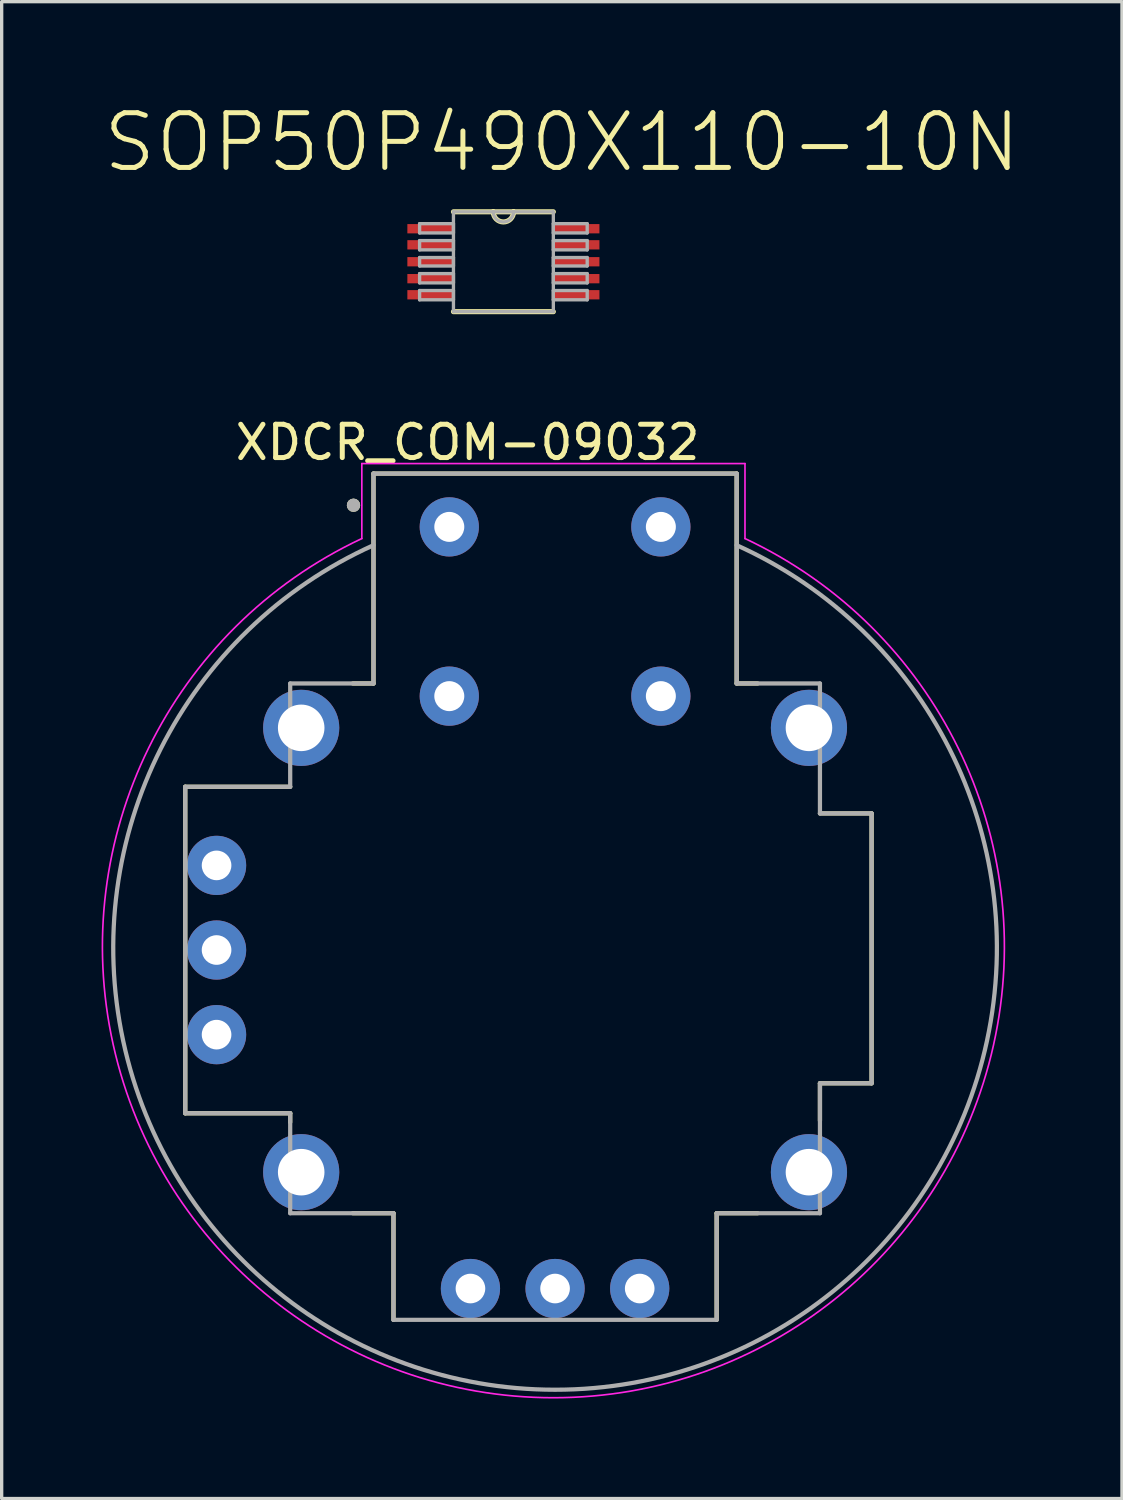
<source format=kicad_pcb>
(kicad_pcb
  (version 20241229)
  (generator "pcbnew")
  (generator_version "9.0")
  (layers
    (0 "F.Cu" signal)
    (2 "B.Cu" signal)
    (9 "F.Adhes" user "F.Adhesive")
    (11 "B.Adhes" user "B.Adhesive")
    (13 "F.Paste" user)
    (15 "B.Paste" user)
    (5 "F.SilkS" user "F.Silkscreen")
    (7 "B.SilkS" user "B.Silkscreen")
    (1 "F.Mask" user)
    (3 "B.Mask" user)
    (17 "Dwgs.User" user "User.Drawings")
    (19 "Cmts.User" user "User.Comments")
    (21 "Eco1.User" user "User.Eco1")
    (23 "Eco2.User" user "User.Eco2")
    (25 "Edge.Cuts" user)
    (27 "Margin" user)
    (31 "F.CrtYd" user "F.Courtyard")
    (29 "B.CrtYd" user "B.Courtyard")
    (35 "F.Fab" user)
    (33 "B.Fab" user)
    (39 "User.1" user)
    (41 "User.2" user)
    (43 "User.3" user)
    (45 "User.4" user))
  (footprint "XDCR_COM-09032"
    (layer "F.Cu")
    (at 13.61 25.464)
    (property "Reference" "XDCR_COM-09032" (at -2.625 -15.235 0) (layer "F.SilkS") (effects (font (size 1 1) (thickness 0.15))))
    (attr through_hole)
    (fp_line (start -11.1 -4.9) (end -7.95 -4.9) (stroke (width 0.127) (type solid)) (layer "F.SilkS"))
    (fp_line (start -11.1 4.9) (end -11.1 -4.9) (stroke (width 0.127) (type solid)) (layer "F.SilkS"))
    (fp_line (start -7.95 4.9) (end -11.1 4.9) (stroke (width 0.127) (type solid)) (layer "F.SilkS"))
    (fp_line (start -7.95 5.17) (end -7.95 4.9) (stroke (width 0.127) (type solid)) (layer "F.SilkS"))
    (fp_line (start -6.07 -8) (end -5.45 -8) (stroke (width 0.127) (type solid)) (layer "F.SilkS"))
    (fp_line (start -5.45 -14.3) (end 5.45 -14.3) (stroke (width 0.127) (type solid)) (layer "F.SilkS"))
    (fp_line (start -5.45 -8) (end -5.45 -14.3) (stroke (width 0.127) (type solid)) (layer "F.SilkS"))
    (fp_line (start -4.85 7.9) (end -6.07 7.9) (stroke (width 0.127) (type solid)) (layer "F.SilkS"))
    (fp_line (start -4.85 11.1) (end -4.85 7.9) (stroke (width 0.127) (type solid)) (layer "F.SilkS"))
    (fp_line (start 4.85 7.9) (end 4.85 11.1) (stroke (width 0.127) (type solid)) (layer "F.SilkS"))
    (fp_line (start 5.45 -14.3) (end 5.45 -8) (stroke (width 0.127) (type solid)) (layer "F.SilkS"))
    (fp_line (start 5.45 -8) (end 6.08 -8) (stroke (width 0.127) (type solid)) (layer "F.SilkS"))
    (fp_line (start 6.08 7.9) (end 4.85 7.9) (stroke (width 0.127) (type solid)) (layer "F.SilkS"))
    (fp_line (start 7.95 -4.1) (end 9.5 -4.1) (stroke (width 0.127) (type solid)) (layer "F.SilkS"))
    (fp_line (start 7.95 4) (end 7.95 5.12) (stroke (width 0.127) (type solid)) (layer "F.SilkS"))
    (fp_line (start 9.5 -4.1) (end 9.5 4) (stroke (width 0.127) (type solid)) (layer "F.SilkS"))
    (fp_line (start 9.5 4) (end 7.95 4) (stroke (width 0.127) (type solid)) (layer "F.SilkS"))
    (fp_circle (center -6.05 -13.35) (end -5.95 -13.35) (stroke (width 0.2) (type solid)) (fill no) (layer "F.SilkS"))
    (fp_line (start -5.8 -14.6) (end 5.7 -14.6) (stroke (width 0.05) (type solid)) (layer "F.CrtYd"))
    (fp_line (start -5.8 -12.35) (end -5.8 -14.6) (stroke (width 0.05) (type solid)) (layer "F.CrtYd"))
    (fp_line (start 5.7 -14.6) (end 5.7 -12.35) (stroke (width 0.05) (type solid)) (layer "F.CrtYd"))
    (fp_arc (start 5.7 -12.35) (mid -0.05 13.437438) (end -5.8 -12.35) (stroke (width 0.05) (type solid)) (layer "F.CrtYd"))
    (fp_line (start -11.1 -4.9) (end -11.1 4.9) (stroke (width 0.127) (type solid)) (layer "F.Fab"))
    (fp_line (start -7.95 -4.9) (end -11.1 -4.9) (stroke (width 0.127) (type solid)) (layer "F.Fab"))
    (fp_line (start -7.95 -4.9) (end -7.95 -8) (stroke (width 0.127) (type solid)) (layer "F.Fab"))
    (fp_line (start -7.95 4.9) (end -11.1 4.9) (stroke (width 0.127) (type solid)) (layer "F.Fab"))
    (fp_line (start -7.95 4.9) (end -7.95 7.9) (stroke (width 0.127) (type solid)) (layer "F.Fab"))
    (fp_line (start -5.45 -14.3) (end -5.45 -8) (stroke (width 0.127) (type solid)) (layer "F.Fab"))
    (fp_line (start -5.45 -8) (end -7.95 -8) (stroke (width 0.127) (type solid)) (layer "F.Fab"))
    (fp_line (start -4.85 7.9) (end -7.95 7.9) (stroke (width 0.127) (type solid)) (layer "F.Fab"))
    (fp_line (start -4.85 11.1) (end -4.85 7.9) (stroke (width 0.127) (type solid)) (layer "F.Fab"))
    (fp_line (start 4.85 7.9) (end 7.95 7.9) (stroke (width 0.127) (type solid)) (layer "F.Fab"))
    (fp_line (start 4.85 11.1) (end -4.85 11.1) (stroke (width 0.127) (type solid)) (layer "F.Fab"))
    (fp_line (start 4.85 11.1) (end 4.85 7.9) (stroke (width 0.127) (type solid)) (layer "F.Fab"))
    (fp_line (start 5.45 -14.3) (end -5.45 -14.3) (stroke (width 0.127) (type solid)) (layer "F.Fab"))
    (fp_line (start 5.45 -14.3) (end 5.45 -8) (stroke (width 0.127) (type solid)) (layer "F.Fab"))
    (fp_line (start 7.95 -8) (end 5.45 -8) (stroke (width 0.127) (type solid)) (layer "F.Fab"))
    (fp_line (start 7.95 -4.1) (end 7.95 -8) (stroke (width 0.127) (type solid)) (layer "F.Fab"))
    (fp_line (start 7.95 -4.1) (end 9.5 -4.1) (stroke (width 0.127) (type solid)) (layer "F.Fab"))
    (fp_line (start 7.95 4) (end 7.95 7.9) (stroke (width 0.127) (type solid)) (layer "F.Fab"))
    (fp_line (start 7.95 4) (end 9.5 4) (stroke (width 0.127) (type solid)) (layer "F.Fab"))
    (fp_line (start 9.5 -4.1) (end 9.5 4) (stroke (width 0.127) (type solid)) (layer "F.Fab"))
    (fp_arc (start 5.45 -12.15) (mid 0 13.197504) (end -5.45 -12.15) (stroke (width 0.127) (type solid)) (layer "F.Fab"))
    (fp_circle (center -6.05 -13.35) (end -5.95 -13.35) (stroke (width 0.2) (type solid)) (fill no) (layer "F.Fab"))
    (pad "1" thru_hole circle (at -10.16 -2.54) (size 1.778 1.778) (drill 0.889) (layers "*.Cu" "*.Mask"))
    (pad "2" thru_hole circle (at -10.16 0) (size 1.778 1.778) (drill 0.889) (layers "*.Cu" "*.Mask"))
    (pad "3" thru_hole circle (at -10.16 2.54) (size 1.778 1.778) (drill 0.889) (layers "*.Cu" "*.Mask"))
    (pad "4" thru_hole circle (at -2.54 10.16) (size 1.778 1.778) (drill 0.889) (layers "*.Cu" "*.Mask"))
    (pad "5" thru_hole circle (at 0 10.16) (size 1.778 1.778) (drill 0.889) (layers "*.Cu" "*.Mask"))
    (pad "6" thru_hole circle (at 2.54 10.16) (size 1.778 1.778) (drill 0.889) (layers "*.Cu" "*.Mask"))
    (pad "7" thru_hole circle (at -3.175 -12.7) (size 1.778 1.778) (drill 0.9) (layers "*.Cu" "*.Mask"))
    (pad "7" thru_hole circle (at 3.175 -12.7) (size 1.778 1.778) (drill 0.9) (layers "*.Cu" "*.Mask"))
    (pad "8" thru_hole circle (at -3.175 -7.62) (size 1.778 1.778) (drill 0.9) (layers "*.Cu" "*.Mask"))
    (pad "8" thru_hole circle (at 3.175 -7.62) (size 1.778 1.778) (drill 0.9) (layers "*.Cu" "*.Mask"))
    (pad "9" thru_hole circle (at -7.62 -6.668) (size 2.286 2.286) (drill 1.397) (layers "*.Cu" "*.Mask"))
    (pad "9" thru_hole circle (at -7.62 6.668) (size 2.286 2.286) (drill 1.397) (layers "*.Cu" "*.Mask"))
    (pad "9" thru_hole circle (at 7.62 -6.668) (size 2.286 2.286) (drill 1.397) (layers "*.Cu" "*.Mask"))
    (pad "9" thru_hole circle (at 7.62 6.668) (size 2.286 2.286) (drill 1.397) (layers "*.Cu" "*.Mask")))
  (footprint "SOP50P490X110-10N"
    (layer "F.Cu")
    (at 12.059 4.806)
    (property "Reference" "SOP50P490X110-10N" (at 1.754 -3.583 0) (layer "F.SilkS") (effects (font (size 1.641 1.641) (thickness 0.15))))
    (attr through_hole)
    (fp_line (start -1.499 1.499) (end 1.499 1.499) (stroke (width 0.152) (type solid)) (layer "F.SilkS"))
    (fp_line (start -0.305 -1.499) (end -1.499 -1.499) (stroke (width 0.152) (type solid)) (layer "F.SilkS"))
    (fp_line (start 0.305 -1.499) (end -0.305 -1.499) (stroke (width 0.152) (type solid)) (layer "F.SilkS"))
    (fp_line (start 1.499 -1.499) (end 0.305 -1.499) (stroke (width 0.152) (type solid)) (layer "F.SilkS"))
    (fp_arc (start 0.3048 -1.4986) (mid 0 -1.1938) (end -0.3048 -1.4986) (stroke (width 0.1524) (type solid)) (layer "F.SilkS"))
    (fp_line (start -2.515 -1.143) (end -2.515 -0.864) (stroke (width 0.1) (type solid)) (layer "F.Fab"))
    (fp_line (start -2.515 -0.864) (end -1.499 -0.864) (stroke (width 0.1) (type solid)) (layer "F.Fab"))
    (fp_line (start -2.515 -0.635) (end -2.515 -0.356) (stroke (width 0.1) (type solid)) (layer "F.Fab"))
    (fp_line (start -2.515 -0.356) (end -1.499 -0.356) (stroke (width 0.1) (type solid)) (layer "F.Fab"))
    (fp_line (start -2.515 -0.127) (end -2.515 0.127) (stroke (width 0.1) (type solid)) (layer "F.Fab"))
    (fp_line (start -2.515 0.127) (end -1.499 0.127) (stroke (width 0.1) (type solid)) (layer "F.Fab"))
    (fp_line (start -2.515 0.356) (end -2.515 0.635) (stroke (width 0.1) (type solid)) (layer "F.Fab"))
    (fp_line (start -2.515 0.635) (end -1.499 0.635) (stroke (width 0.1) (type solid)) (layer "F.Fab"))
    (fp_line (start -2.515 0.864) (end -2.515 1.143) (stroke (width 0.1) (type solid)) (layer "F.Fab"))
    (fp_line (start -2.515 1.143) (end -1.499 1.143) (stroke (width 0.1) (type solid)) (layer "F.Fab"))
    (fp_line (start -1.499 -1.499) (end -1.499 1.499) (stroke (width 0.1) (type solid)) (layer "F.Fab"))
    (fp_line (start -1.499 -1.143) (end -2.515 -1.143) (stroke (width 0.1) (type solid)) (layer "F.Fab"))
    (fp_line (start -1.499 -0.864) (end -1.499 -1.143) (stroke (width 0.1) (type solid)) (layer "F.Fab"))
    (fp_line (start -1.499 -0.635) (end -2.515 -0.635) (stroke (width 0.1) (type solid)) (layer "F.Fab"))
    (fp_line (start -1.499 -0.356) (end -1.499 -0.635) (stroke (width 0.1) (type solid)) (layer "F.Fab"))
    (fp_line (start -1.499 -0.127) (end -2.515 -0.127) (stroke (width 0.1) (type solid)) (layer "F.Fab"))
    (fp_line (start -1.499 0.127) (end -1.499 -0.127) (stroke (width 0.1) (type solid)) (layer "F.Fab"))
    (fp_line (start -1.499 0.356) (end -2.515 0.356) (stroke (width 0.1) (type solid)) (layer "F.Fab"))
    (fp_line (start -1.499 0.635) (end -1.499 0.356) (stroke (width 0.1) (type solid)) (layer "F.Fab"))
    (fp_line (start -1.499 0.864) (end -2.515 0.864) (stroke (width 0.1) (type solid)) (layer "F.Fab"))
    (fp_line (start -1.499 1.143) (end -1.499 0.864) (stroke (width 0.1) (type solid)) (layer "F.Fab"))
    (fp_line (start -1.499 1.499) (end 1.499 1.499) (stroke (width 0.1) (type solid)) (layer "F.Fab"))
    (fp_line (start -0.305 -1.499) (end -1.499 -1.499) (stroke (width 0.1) (type solid)) (layer "F.Fab"))
    (fp_line (start 0.305 -1.499) (end -0.305 -1.499) (stroke (width 0.1) (type solid)) (layer "F.Fab"))
    (fp_line (start 1.499 -1.499) (end 0.305 -1.499) (stroke (width 0.1) (type solid)) (layer "F.Fab"))
    (fp_line (start 1.499 -1.143) (end 1.499 -0.864) (stroke (width 0.1) (type solid)) (layer "F.Fab"))
    (fp_line (start 1.499 -0.864) (end 2.515 -0.864) (stroke (width 0.1) (type solid)) (layer "F.Fab"))
    (fp_line (start 1.499 -0.635) (end 1.499 -0.356) (stroke (width 0.1) (type solid)) (layer "F.Fab"))
    (fp_line (start 1.499 -0.356) (end 2.515 -0.356) (stroke (width 0.1) (type solid)) (layer "F.Fab"))
    (fp_line (start 1.499 -0.127) (end 1.499 0.127) (stroke (width 0.1) (type solid)) (layer "F.Fab"))
    (fp_line (start 1.499 0.127) (end 2.515 0.127) (stroke (width 0.1) (type solid)) (layer "F.Fab"))
    (fp_line (start 1.499 0.356) (end 1.499 0.635) (stroke (width 0.1) (type solid)) (layer "F.Fab"))
    (fp_line (start 1.499 0.635) (end 2.515 0.635) (stroke (width 0.1) (type solid)) (layer "F.Fab"))
    (fp_line (start 1.499 0.864) (end 1.499 1.143) (stroke (width 0.1) (type solid)) (layer "F.Fab"))
    (fp_line (start 1.499 1.143) (end 2.515 1.143) (stroke (width 0.1) (type solid)) (layer "F.Fab"))
    (fp_line (start 1.499 1.499) (end 1.499 -1.499) (stroke (width 0.1) (type solid)) (layer "F.Fab"))
    (fp_line (start 2.515 -1.143) (end 1.499 -1.143) (stroke (width 0.1) (type solid)) (layer "F.Fab"))
    (fp_line (start 2.515 -0.864) (end 2.515 -1.143) (stroke (width 0.1) (type solid)) (layer "F.Fab"))
    (fp_line (start 2.515 -0.635) (end 1.499 -0.635) (stroke (width 0.1) (type solid)) (layer "F.Fab"))
    (fp_line (start 2.515 -0.356) (end 2.515 -0.635) (stroke (width 0.1) (type solid)) (layer "F.Fab"))
    (fp_line (start 2.515 -0.127) (end 1.499 -0.127) (stroke (width 0.1) (type solid)) (layer "F.Fab"))
    (fp_line (start 2.515 0.127) (end 2.515 -0.127) (stroke (width 0.1) (type solid)) (layer "F.Fab"))
    (fp_line (start 2.515 0.356) (end 1.499 0.356) (stroke (width 0.1) (type solid)) (layer "F.Fab"))
    (fp_line (start 2.515 0.635) (end 2.515 0.356) (stroke (width 0.1) (type solid)) (layer "F.Fab"))
    (fp_line (start 2.515 0.864) (end 1.499 0.864) (stroke (width 0.1) (type solid)) (layer "F.Fab"))
    (fp_line (start 2.515 1.143) (end 2.515 0.864) (stroke (width 0.1) (type solid)) (layer "F.Fab"))
    (fp_arc (start 0.3048 -1.4986) (mid 0 -1.1938) (end -0.3048 -1.4986) (stroke (width 0.1) (type solid)) (layer "F.Fab"))
    (pad "1" smd rect (at -2.184 -0.991) (size 1.397 0.279) (layers "F.Cu" "F.Mask" "F.Paste"))
    (pad "2" smd rect (at -2.184 -0.508) (size 1.397 0.279) (layers "F.Cu" "F.Mask" "F.Paste"))
    (pad "3" smd rect (at -2.184 0) (size 1.397 0.279) (layers "F.Cu" "F.Mask" "F.Paste"))
    (pad "4" smd rect (at -2.184 0.508) (size 1.397 0.279) (layers "F.Cu" "F.Mask" "F.Paste"))
    (pad "5" smd rect (at -2.184 0.991) (size 1.397 0.279) (layers "F.Cu" "F.Mask" "F.Paste"))
    (pad "6" smd rect (at 2.184 0.991) (size 1.397 0.279) (layers "F.Cu" "F.Mask" "F.Paste"))
    (pad "7" smd rect (at 2.184 0.508) (size 1.397 0.279) (layers "F.Cu" "F.Mask" "F.Paste"))
    (pad "8" smd rect (at 2.184 0) (size 1.397 0.279) (layers "F.Cu" "F.Mask" "F.Paste"))
    (pad "9" smd rect (at 2.184 -0.508) (size 1.397 0.279) (layers "F.Cu" "F.Mask" "F.Paste"))
    (pad "10" smd rect (at 2.184 -0.991) (size 1.397 0.279) (layers "F.Cu" "F.Mask" "F.Paste")))
  (gr_rect
    (start -3 -3)
    (end 30.625 41.927)
    (stroke (width 0.1) (type default))
    (fill no)
    (layer "Edge.Cuts")))
</source>
